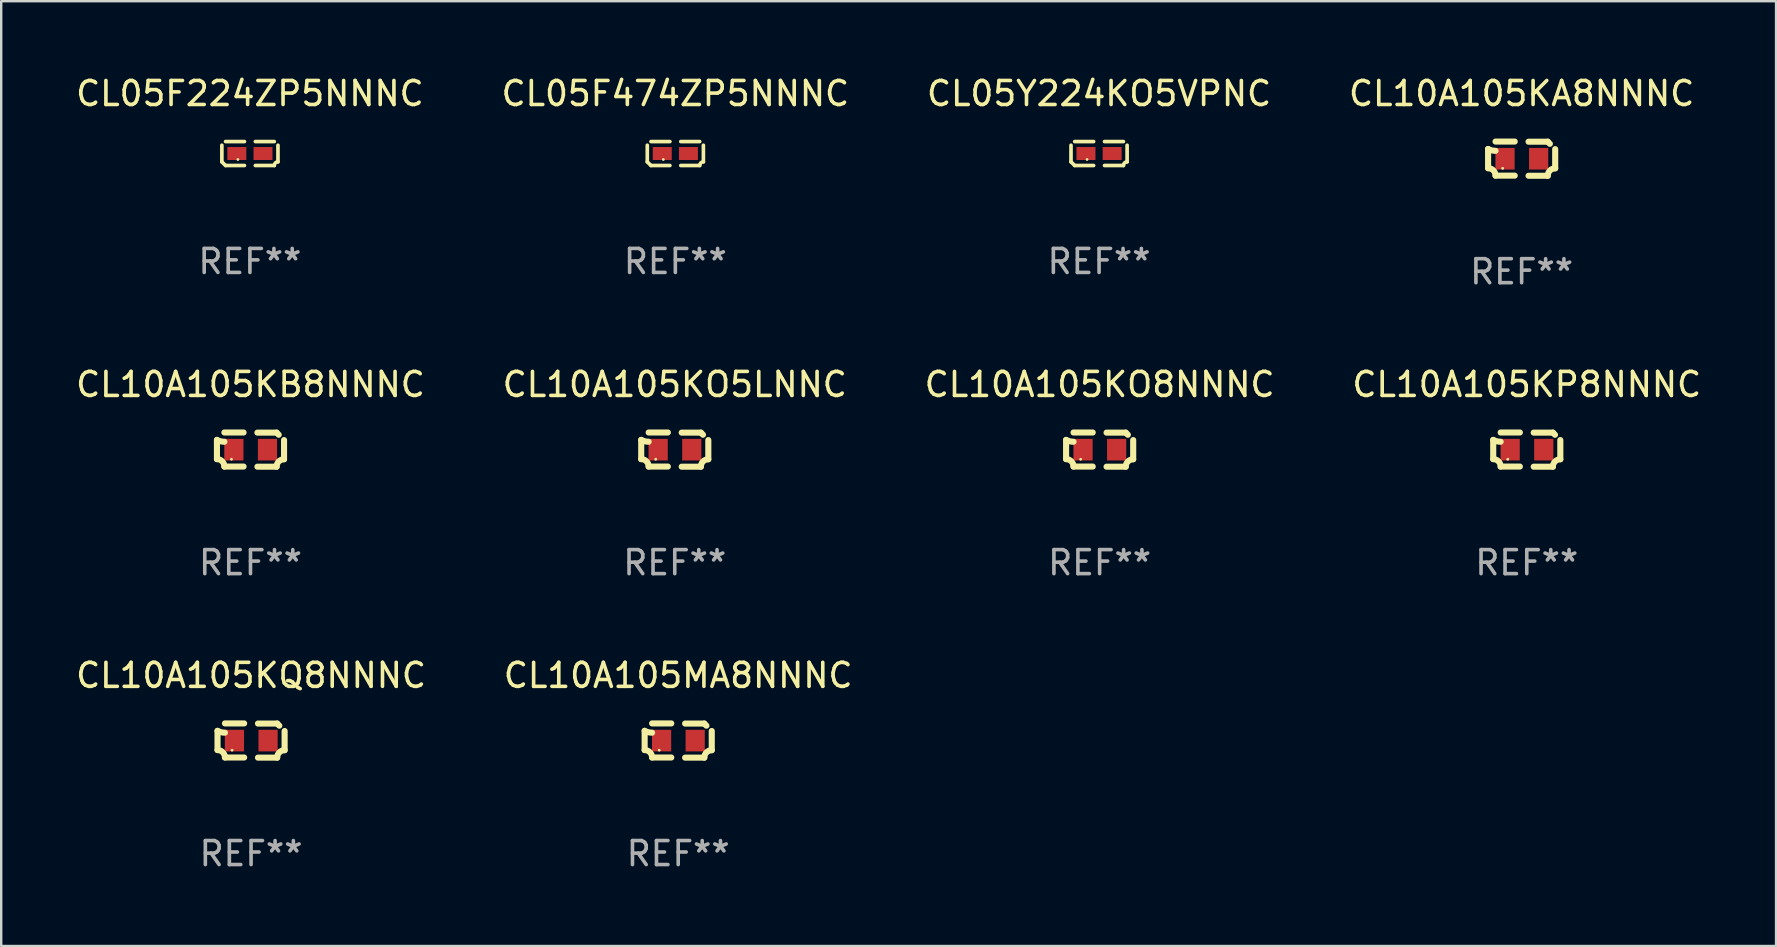
<source format=kicad_pcb>
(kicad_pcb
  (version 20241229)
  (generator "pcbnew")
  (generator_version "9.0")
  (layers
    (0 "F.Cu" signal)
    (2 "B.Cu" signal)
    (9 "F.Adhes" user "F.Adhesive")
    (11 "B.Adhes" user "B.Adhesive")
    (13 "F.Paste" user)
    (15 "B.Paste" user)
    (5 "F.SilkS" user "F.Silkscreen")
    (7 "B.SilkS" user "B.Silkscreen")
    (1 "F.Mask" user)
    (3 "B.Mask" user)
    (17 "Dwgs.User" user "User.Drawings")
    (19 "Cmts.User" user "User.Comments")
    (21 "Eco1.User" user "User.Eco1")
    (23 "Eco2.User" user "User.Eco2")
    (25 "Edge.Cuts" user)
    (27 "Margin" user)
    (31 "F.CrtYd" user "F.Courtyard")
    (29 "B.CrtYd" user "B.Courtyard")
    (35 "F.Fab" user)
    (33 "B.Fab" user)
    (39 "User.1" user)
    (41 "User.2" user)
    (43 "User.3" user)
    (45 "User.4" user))
  (footprint "CL05Y224KO5VPNC"
    (layer "F.Cu")
    (at 42.744 3.347)
    (property "Reference" "CL05Y224KO5VPNC" (at 0 -2.499 0) (layer "F.SilkS") (effects (font (size 1 1) (thickness 0.15))))
    (attr through_hole)
    (fp_line (start -1.169 0.346) (end -1.169 -0.346) (stroke (width 0.152) (type solid)) (layer "F.SilkS"))
    (fp_line (start -1.016 -0.499) (end -0.226 -0.499) (stroke (width 0.152) (type solid)) (layer "F.SilkS"))
    (fp_line (start -0.226 0.499) (end -1.016 0.499) (stroke (width 0.152) (type solid)) (layer "F.SilkS"))
    (fp_line (start 0.226 0.499) (end 1.016 0.499) (stroke (width 0.152) (type solid)) (layer "F.SilkS"))
    (fp_line (start 1.016 -0.499) (end 0.226 -0.499) (stroke (width 0.152) (type solid)) (layer "F.SilkS"))
    (fp_line (start 1.169 0.346) (end 1.169 -0.346) (stroke (width 0.152) (type solid)) (layer "F.SilkS"))
    (fp_arc (start -1.016307 0.498603) (mid -1.092512 0.422405) (end -1.16871 0.3462) (stroke (width 0.1524) (type solid)) (layer "F.SilkS"))
    (fp_arc (start 1.016307 0.498603) (mid 1.060899 0.390758) (end 1.168707 0.346076) (stroke (width 0.1524) (type solid)) (layer "F.SilkS"))
    (fp_circle (center -0.5 0.25) (end -0.47 0.25) (stroke (width 0.06) (type solid)) (fill no) (layer "F.SilkS"))
    (fp_text user "REF**" (at 0 4.499 0) (layer "F.Fab") (effects (font (size 1 1) (thickness 0.15))))
    (pad "1" smd rect (at -0.545 0) (size 0.79 0.54) (layers "F.Cu" "F.Mask" "F.Paste"))
    (pad "2" smd rect (at 0.545 0) (size 0.79 0.54) (layers "F.Cu" "F.Mask" "F.Paste")))
  (footprint "CL10A105MA8NNNC"
    (layer "F.Cu")
    (at 25.208 27.805)
    (property "Reference" "CL10A105MA8NNNC" (at 0 -2.713 0) (layer "F.SilkS") (effects (font (size 1 1) (thickness 0.15))))
    (attr through_hole)
    (fp_line (start -1.398 -0.403) (end -1.398 0.397) (stroke (width 0.254) (type solid)) (layer "F.SilkS"))
    (fp_line (start -0.288 -0.713) (end -1.088 -0.713) (stroke (width 0.254) (type solid)) (layer "F.SilkS"))
    (fp_line (start -0.288 0.707) (end -1.088 0.707) (stroke (width 0.254) (type solid)) (layer "F.SilkS"))
    (fp_line (start 0.288 -0.707) (end 1.088 -0.707) (stroke (width 0.254) (type solid)) (layer "F.SilkS"))
    (fp_line (start 0.288 0.713) (end 1.088 0.713) (stroke (width 0.254) (type solid)) (layer "F.SilkS"))
    (fp_line (start 1.398 -0.397) (end 1.398 0.403) (stroke (width 0.254) (type solid)) (layer "F.SilkS"))
    (fp_arc (start -1.397789 0.397066) (mid -1.178701 0.487826) (end -1.08796 0.706922) (stroke (width 0.254001) (type solid)) (layer "F.SilkS"))
    (fp_arc (start -1.08796 -0.327176) (mid -1.247436 -0.346384) (end -1.39779 -0.402908) (stroke (width 0.254001) (type solid)) (layer "F.SilkS"))
    (fp_arc (start 1.087909 0.712738) (mid 1.178656 0.493655) (end 1.397739 0.402908) (stroke (width 0.254001) (type solid)) (layer "F.SilkS"))
    (fp_arc (start 1.175925 -0.618926) (mid 1.131917 -0.662923) (end 1.08791 -0.706922) (stroke (width 0.254001) (type solid)) (layer "F.SilkS"))
    (fp_circle (center -0.792 0.403) (end -0.762 0.403) (stroke (width 0.06) (type solid)) (fill no) (layer "F.SilkS"))
    (fp_text user "REF**" (at 0 4.713 0) (layer "F.Fab") (effects (font (size 1 1) (thickness 0.15))))
    (pad "1" smd rect (at -0.692 0.003) (size 0.8 0.9) (layers "F.Cu" "F.Mask" "F.Paste"))
    (pad "2" smd rect (at 0.708 0.003) (size 0.8 0.9) (layers "F.Cu" "F.Mask" "F.Paste")))
  (footprint "CL10A105KO5LNNC"
    (layer "F.Cu")
    (at 25.065 15.683)
    (property "Reference" "CL10A105KO5LNNC" (at 0 -2.713 0) (layer "F.SilkS") (effects (font (size 1 1) (thickness 0.15))))
    (attr through_hole)
    (fp_line (start -1.398 -0.403) (end -1.398 0.397) (stroke (width 0.254) (type solid)) (layer "F.SilkS"))
    (fp_line (start -0.288 -0.713) (end -1.088 -0.713) (stroke (width 0.254) (type solid)) (layer "F.SilkS"))
    (fp_line (start -0.288 0.707) (end -1.088 0.707) (stroke (width 0.254) (type solid)) (layer "F.SilkS"))
    (fp_line (start 0.288 -0.707) (end 1.088 -0.707) (stroke (width 0.254) (type solid)) (layer "F.SilkS"))
    (fp_line (start 0.288 0.713) (end 1.088 0.713) (stroke (width 0.254) (type solid)) (layer "F.SilkS"))
    (fp_line (start 1.398 -0.397) (end 1.398 0.403) (stroke (width 0.254) (type solid)) (layer "F.SilkS"))
    (fp_arc (start -1.397789 0.397066) (mid -1.178701 0.487826) (end -1.08796 0.706922) (stroke (width 0.254001) (type solid)) (layer "F.SilkS"))
    (fp_arc (start -1.08796 -0.327176) (mid -1.247436 -0.346384) (end -1.39779 -0.402908) (stroke (width 0.254001) (type solid)) (layer "F.SilkS"))
    (fp_arc (start 1.087909 0.712738) (mid 1.178656 0.493655) (end 1.397739 0.402908) (stroke (width 0.254001) (type solid)) (layer "F.SilkS"))
    (fp_arc (start 1.175925 -0.618926) (mid 1.131917 -0.662923) (end 1.08791 -0.706922) (stroke (width 0.254001) (type solid)) (layer "F.SilkS"))
    (fp_circle (center -0.792 0.403) (end -0.762 0.403) (stroke (width 0.06) (type solid)) (fill no) (layer "F.SilkS"))
    (fp_text user "REF**" (at 0 4.713 0) (layer "F.Fab") (effects (font (size 1 1) (thickness 0.15))))
    (pad "1" smd rect (at -0.692 0.003) (size 0.8 0.9) (layers "F.Cu" "F.Mask" "F.Paste"))
    (pad "2" smd rect (at 0.708 0.003) (size 0.8 0.9) (layers "F.Cu" "F.Mask" "F.Paste")))
  (footprint "CL05F224ZP5NNNC"
    (layer "F.Cu")
    (at 7.363 3.347)
    (property "Reference" "CL05F224ZP5NNNC" (at 0 -2.499 0) (layer "F.SilkS") (effects (font (size 1 1) (thickness 0.15))))
    (attr through_hole)
    (fp_line (start -1.169 0.346) (end -1.169 -0.346) (stroke (width 0.152) (type solid)) (layer "F.SilkS"))
    (fp_line (start -1.016 -0.499) (end -0.226 -0.499) (stroke (width 0.152) (type solid)) (layer "F.SilkS"))
    (fp_line (start -0.226 0.499) (end -1.016 0.499) (stroke (width 0.152) (type solid)) (layer "F.SilkS"))
    (fp_line (start 0.226 0.499) (end 1.016 0.499) (stroke (width 0.152) (type solid)) (layer "F.SilkS"))
    (fp_line (start 1.016 -0.499) (end 0.226 -0.499) (stroke (width 0.152) (type solid)) (layer "F.SilkS"))
    (fp_line (start 1.169 0.346) (end 1.169 -0.346) (stroke (width 0.152) (type solid)) (layer "F.SilkS"))
    (fp_arc (start -1.016307 0.498603) (mid -1.092512 0.422405) (end -1.16871 0.3462) (stroke (width 0.1524) (type solid)) (layer "F.SilkS"))
    (fp_arc (start 1.016307 0.498603) (mid 1.060899 0.390758) (end 1.168707 0.346076) (stroke (width 0.1524) (type solid)) (layer "F.SilkS"))
    (fp_circle (center -0.5 0.25) (end -0.47 0.25) (stroke (width 0.06) (type solid)) (fill no) (layer "F.SilkS"))
    (fp_text user "REF**" (at 0 4.499 0) (layer "F.Fab") (effects (font (size 1 1) (thickness 0.15))))
    (pad "1" smd rect (at -0.545 0) (size 0.79 0.54) (layers "F.Cu" "F.Mask" "F.Paste"))
    (pad "2" smd rect (at 0.545 0) (size 0.79 0.54) (layers "F.Cu" "F.Mask" "F.Paste")))
  (footprint "CL10A105KQ8NNNC"
    (layer "F.Cu")
    (at 7.411 27.805)
    (property "Reference" "CL10A105KQ8NNNC" (at 0 -2.713 0) (layer "F.SilkS") (effects (font (size 1 1) (thickness 0.15))))
    (attr through_hole)
    (fp_line (start -1.398 -0.403) (end -1.398 0.397) (stroke (width 0.254) (type solid)) (layer "F.SilkS"))
    (fp_line (start -0.288 -0.713) (end -1.088 -0.713) (stroke (width 0.254) (type solid)) (layer "F.SilkS"))
    (fp_line (start -0.288 0.707) (end -1.088 0.707) (stroke (width 0.254) (type solid)) (layer "F.SilkS"))
    (fp_line (start 0.288 -0.707) (end 1.088 -0.707) (stroke (width 0.254) (type solid)) (layer "F.SilkS"))
    (fp_line (start 0.288 0.713) (end 1.088 0.713) (stroke (width 0.254) (type solid)) (layer "F.SilkS"))
    (fp_line (start 1.398 -0.397) (end 1.398 0.403) (stroke (width 0.254) (type solid)) (layer "F.SilkS"))
    (fp_arc (start -1.397789 0.397066) (mid -1.178701 0.487826) (end -1.08796 0.706922) (stroke (width 0.254001) (type solid)) (layer "F.SilkS"))
    (fp_arc (start -1.08796 -0.327176) (mid -1.247436 -0.346384) (end -1.39779 -0.402908) (stroke (width 0.254001) (type solid)) (layer "F.SilkS"))
    (fp_arc (start 1.087909 0.712738) (mid 1.178656 0.493655) (end 1.397739 0.402908) (stroke (width 0.254001) (type solid)) (layer "F.SilkS"))
    (fp_arc (start 1.175925 -0.618926) (mid 1.131917 -0.662923) (end 1.08791 -0.706922) (stroke (width 0.254001) (type solid)) (layer "F.SilkS"))
    (fp_circle (center -0.792 0.403) (end -0.762 0.403) (stroke (width 0.06) (type solid)) (fill no) (layer "F.SilkS"))
    (fp_text user "REF**" (at 0 4.713 0) (layer "F.Fab") (effects (font (size 1 1) (thickness 0.15))))
    (pad "1" smd rect (at -0.692 0.003) (size 0.8 0.9) (layers "F.Cu" "F.Mask" "F.Paste"))
    (pad "2" smd rect (at 0.708 0.003) (size 0.8 0.9) (layers "F.Cu" "F.Mask" "F.Paste")))
  (footprint "CL10A105KO8NNNC"
    (layer "F.Cu")
    (at 42.768 15.683)
    (property "Reference" "CL10A105KO8NNNC" (at 0 -2.713 0) (layer "F.SilkS") (effects (font (size 1 1) (thickness 0.15))))
    (attr through_hole)
    (fp_line (start -1.398 -0.403) (end -1.398 0.397) (stroke (width 0.254) (type solid)) (layer "F.SilkS"))
    (fp_line (start -0.288 -0.713) (end -1.088 -0.713) (stroke (width 0.254) (type solid)) (layer "F.SilkS"))
    (fp_line (start -0.288 0.707) (end -1.088 0.707) (stroke (width 0.254) (type solid)) (layer "F.SilkS"))
    (fp_line (start 0.288 -0.707) (end 1.088 -0.707) (stroke (width 0.254) (type solid)) (layer "F.SilkS"))
    (fp_line (start 0.288 0.713) (end 1.088 0.713) (stroke (width 0.254) (type solid)) (layer "F.SilkS"))
    (fp_line (start 1.398 -0.397) (end 1.398 0.403) (stroke (width 0.254) (type solid)) (layer "F.SilkS"))
    (fp_arc (start -1.397789 0.397066) (mid -1.178701 0.487826) (end -1.08796 0.706922) (stroke (width 0.254001) (type solid)) (layer "F.SilkS"))
    (fp_arc (start -1.08796 -0.327176) (mid -1.247436 -0.346384) (end -1.39779 -0.402908) (stroke (width 0.254001) (type solid)) (layer "F.SilkS"))
    (fp_arc (start 1.087909 0.712738) (mid 1.178656 0.493655) (end 1.397739 0.402908) (stroke (width 0.254001) (type solid)) (layer "F.SilkS"))
    (fp_arc (start 1.175925 -0.618926) (mid 1.131917 -0.662923) (end 1.08791 -0.706922) (stroke (width 0.254001) (type solid)) (layer "F.SilkS"))
    (fp_circle (center -0.792 0.403) (end -0.762 0.403) (stroke (width 0.06) (type solid)) (fill no) (layer "F.SilkS"))
    (fp_text user "REF**" (at 0 4.713 0) (layer "F.Fab") (effects (font (size 1 1) (thickness 0.15))))
    (pad "1" smd rect (at -0.692 0.003) (size 0.8 0.9) (layers "F.Cu" "F.Mask" "F.Paste"))
    (pad "2" smd rect (at 0.708 0.003) (size 0.8 0.9) (layers "F.Cu" "F.Mask" "F.Paste")))
  (footprint "CL10A105KP8NNNC"
    (layer "F.Cu")
    (at 60.565 15.683)
    (property "Reference" "CL10A105KP8NNNC" (at 0 -2.713 0) (layer "F.SilkS") (effects (font (size 1 1) (thickness 0.15))))
    (attr through_hole)
    (fp_line (start -1.398 -0.403) (end -1.398 0.397) (stroke (width 0.254) (type solid)) (layer "F.SilkS"))
    (fp_line (start -0.288 -0.713) (end -1.088 -0.713) (stroke (width 0.254) (type solid)) (layer "F.SilkS"))
    (fp_line (start -0.288 0.707) (end -1.088 0.707) (stroke (width 0.254) (type solid)) (layer "F.SilkS"))
    (fp_line (start 0.288 -0.707) (end 1.088 -0.707) (stroke (width 0.254) (type solid)) (layer "F.SilkS"))
    (fp_line (start 0.288 0.713) (end 1.088 0.713) (stroke (width 0.254) (type solid)) (layer "F.SilkS"))
    (fp_line (start 1.398 -0.397) (end 1.398 0.403) (stroke (width 0.254) (type solid)) (layer "F.SilkS"))
    (fp_arc (start -1.397789 0.397066) (mid -1.178701 0.487826) (end -1.08796 0.706922) (stroke (width 0.254001) (type solid)) (layer "F.SilkS"))
    (fp_arc (start -1.08796 -0.327176) (mid -1.247436 -0.346384) (end -1.39779 -0.402908) (stroke (width 0.254001) (type solid)) (layer "F.SilkS"))
    (fp_arc (start 1.087909 0.712738) (mid 1.178656 0.493655) (end 1.397739 0.402908) (stroke (width 0.254001) (type solid)) (layer "F.SilkS"))
    (fp_arc (start 1.175925 -0.618926) (mid 1.131917 -0.662923) (end 1.08791 -0.706922) (stroke (width 0.254001) (type solid)) (layer "F.SilkS"))
    (fp_circle (center -0.792 0.403) (end -0.762 0.403) (stroke (width 0.06) (type solid)) (fill no) (layer "F.SilkS"))
    (fp_text user "REF**" (at 0 4.713 0) (layer "F.Fab") (effects (font (size 1 1) (thickness 0.15))))
    (pad "1" smd rect (at -0.692 0.003) (size 0.8 0.9) (layers "F.Cu" "F.Mask" "F.Paste"))
    (pad "2" smd rect (at 0.708 0.003) (size 0.8 0.9) (layers "F.Cu" "F.Mask" "F.Paste")))
  (footprint "CL05F474ZP5NNNC"
    (layer "F.Cu")
    (at 25.089 3.347)
    (property "Reference" "CL05F474ZP5NNNC" (at 0 -2.499 0) (layer "F.SilkS") (effects (font (size 1 1) (thickness 0.15))))
    (attr through_hole)
    (fp_line (start -1.169 0.346) (end -1.169 -0.346) (stroke (width 0.152) (type solid)) (layer "F.SilkS"))
    (fp_line (start -1.016 -0.499) (end -0.226 -0.499) (stroke (width 0.152) (type solid)) (layer "F.SilkS"))
    (fp_line (start -0.226 0.499) (end -1.016 0.499) (stroke (width 0.152) (type solid)) (layer "F.SilkS"))
    (fp_line (start 0.226 0.499) (end 1.016 0.499) (stroke (width 0.152) (type solid)) (layer "F.SilkS"))
    (fp_line (start 1.016 -0.499) (end 0.226 -0.499) (stroke (width 0.152) (type solid)) (layer "F.SilkS"))
    (fp_line (start 1.169 0.346) (end 1.169 -0.346) (stroke (width 0.152) (type solid)) (layer "F.SilkS"))
    (fp_arc (start -1.016307 0.498603) (mid -1.092512 0.422405) (end -1.16871 0.3462) (stroke (width 0.1524) (type solid)) (layer "F.SilkS"))
    (fp_arc (start 1.016307 0.498603) (mid 1.060899 0.390758) (end 1.168707 0.346076) (stroke (width 0.1524) (type solid)) (layer "F.SilkS"))
    (fp_circle (center -0.5 0.25) (end -0.47 0.25) (stroke (width 0.06) (type solid)) (fill no) (layer "F.SilkS"))
    (fp_text user "REF**" (at 0 4.499 0) (layer "F.Fab") (effects (font (size 1 1) (thickness 0.15))))
    (pad "1" smd rect (at -0.545 0) (size 0.79 0.54) (layers "F.Cu" "F.Mask" "F.Paste"))
    (pad "2" smd rect (at 0.545 0) (size 0.79 0.54) (layers "F.Cu" "F.Mask" "F.Paste")))
  (footprint "CL10A105KA8NNNC"
    (layer "F.Cu")
    (at 60.351 3.561)
    (property "Reference" "CL10A105KA8NNNC" (at 0 -2.713 0) (layer "F.SilkS") (effects (font (size 1 1) (thickness 0.15))))
    (attr through_hole)
    (fp_line (start -1.398 -0.403) (end -1.398 0.397) (stroke (width 0.254) (type solid)) (layer "F.SilkS"))
    (fp_line (start -0.288 -0.713) (end -1.088 -0.713) (stroke (width 0.254) (type solid)) (layer "F.SilkS"))
    (fp_line (start -0.288 0.707) (end -1.088 0.707) (stroke (width 0.254) (type solid)) (layer "F.SilkS"))
    (fp_line (start 0.288 -0.707) (end 1.088 -0.707) (stroke (width 0.254) (type solid)) (layer "F.SilkS"))
    (fp_line (start 0.288 0.713) (end 1.088 0.713) (stroke (width 0.254) (type solid)) (layer "F.SilkS"))
    (fp_line (start 1.398 -0.397) (end 1.398 0.403) (stroke (width 0.254) (type solid)) (layer "F.SilkS"))
    (fp_arc (start -1.397789 0.397066) (mid -1.178701 0.487826) (end -1.08796 0.706922) (stroke (width 0.254001) (type solid)) (layer "F.SilkS"))
    (fp_arc (start -1.08796 -0.327176) (mid -1.247436 -0.346384) (end -1.39779 -0.402908) (stroke (width 0.254001) (type solid)) (layer "F.SilkS"))
    (fp_arc (start 1.087909 0.712738) (mid 1.178656 0.493655) (end 1.397739 0.402908) (stroke (width 0.254001) (type solid)) (layer "F.SilkS"))
    (fp_arc (start 1.175925 -0.618926) (mid 1.131917 -0.662923) (end 1.08791 -0.706922) (stroke (width 0.254001) (type solid)) (layer "F.SilkS"))
    (fp_circle (center -0.792 0.403) (end -0.762 0.403) (stroke (width 0.06) (type solid)) (fill no) (layer "F.SilkS"))
    (fp_text user "REF**" (at 0 4.713 0) (layer "F.Fab") (effects (font (size 1 1) (thickness 0.15))))
    (pad "1" smd rect (at -0.692 0.003) (size 0.8 0.9) (layers "F.Cu" "F.Mask" "F.Paste"))
    (pad "2" smd rect (at 0.708 0.003) (size 0.8 0.9) (layers "F.Cu" "F.Mask" "F.Paste")))
  (footprint "CL10A105KB8NNNC"
    (layer "F.Cu")
    (at 7.387 15.683)
    (property "Reference" "CL10A105KB8NNNC" (at 0 -2.713 0) (layer "F.SilkS") (effects (font (size 1 1) (thickness 0.15))))
    (attr through_hole)
    (fp_line (start -1.398 -0.403) (end -1.398 0.397) (stroke (width 0.254) (type solid)) (layer "F.SilkS"))
    (fp_line (start -0.288 -0.713) (end -1.088 -0.713) (stroke (width 0.254) (type solid)) (layer "F.SilkS"))
    (fp_line (start -0.288 0.707) (end -1.088 0.707) (stroke (width 0.254) (type solid)) (layer "F.SilkS"))
    (fp_line (start 0.288 -0.707) (end 1.088 -0.707) (stroke (width 0.254) (type solid)) (layer "F.SilkS"))
    (fp_line (start 0.288 0.713) (end 1.088 0.713) (stroke (width 0.254) (type solid)) (layer "F.SilkS"))
    (fp_line (start 1.398 -0.397) (end 1.398 0.403) (stroke (width 0.254) (type solid)) (layer "F.SilkS"))
    (fp_arc (start -1.397789 0.397066) (mid -1.178701 0.487826) (end -1.08796 0.706922) (stroke (width 0.254001) (type solid)) (layer "F.SilkS"))
    (fp_arc (start -1.08796 -0.327176) (mid -1.247436 -0.346384) (end -1.39779 -0.402908) (stroke (width 0.254001) (type solid)) (layer "F.SilkS"))
    (fp_arc (start 1.087909 0.712738) (mid 1.178656 0.493655) (end 1.397739 0.402908) (stroke (width 0.254001) (type solid)) (layer "F.SilkS"))
    (fp_arc (start 1.175925 -0.618926) (mid 1.131917 -0.662923) (end 1.08791 -0.706922) (stroke (width 0.254001) (type solid)) (layer "F.SilkS"))
    (fp_circle (center -0.792 0.403) (end -0.762 0.403) (stroke (width 0.06) (type solid)) (fill no) (layer "F.SilkS"))
    (fp_text user "REF**" (at 0 4.713 0) (layer "F.Fab") (effects (font (size 1 1) (thickness 0.15))))
    (pad "1" smd rect (at -0.692 0.003) (size 0.8 0.9) (layers "F.Cu" "F.Mask" "F.Paste"))
    (pad "2" smd rect (at 0.708 0.003) (size 0.8 0.9) (layers "F.Cu" "F.Mask" "F.Paste")))
  (gr_rect
    (start -3 -3)
    (end 70.952 36.366)
    (stroke (width 0.1) (type default))
    (fill no)
    (layer "Edge.Cuts")))
</source>
